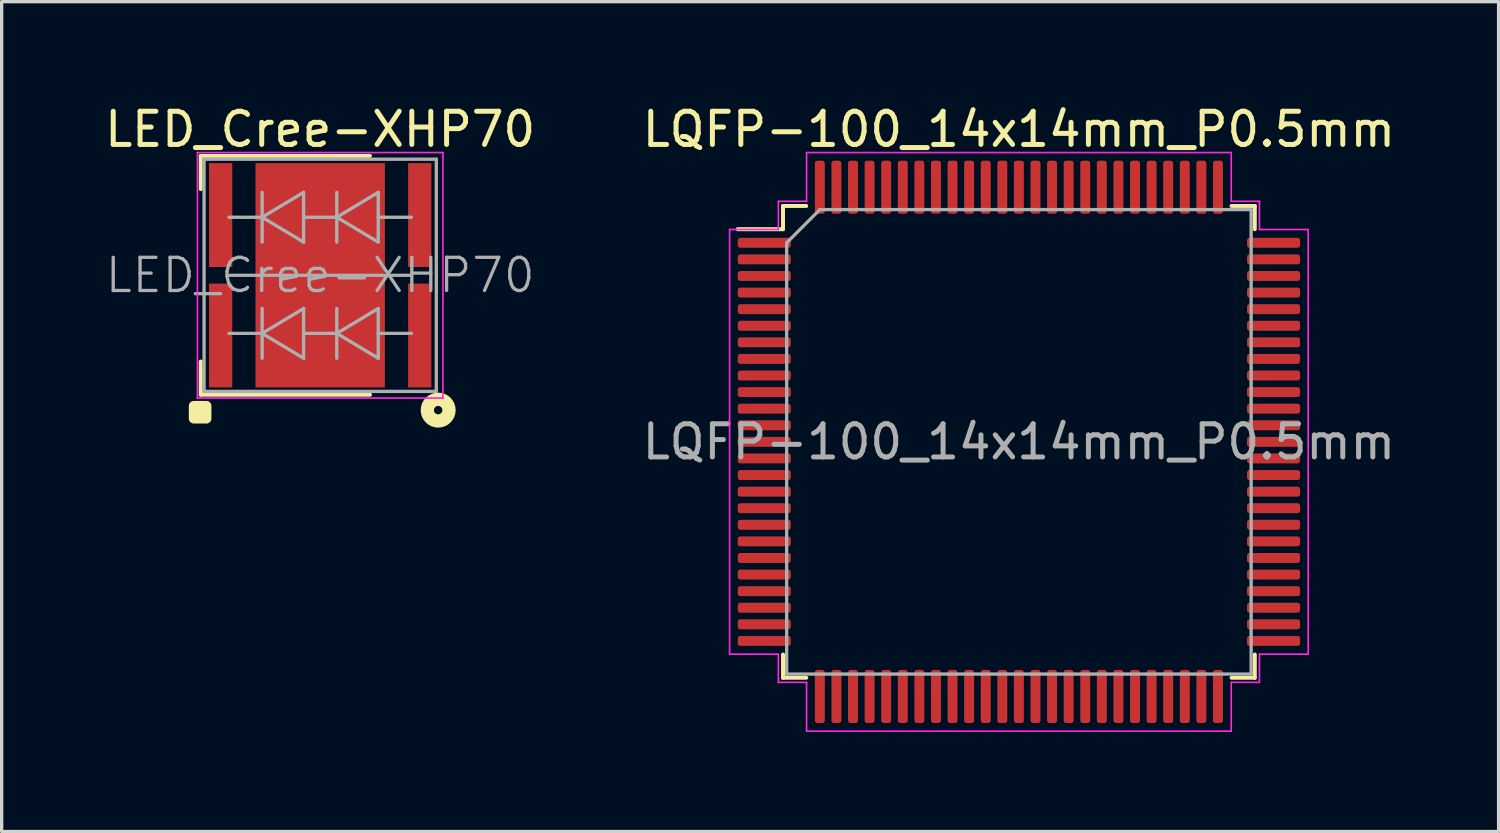
<source format=kicad_pcb>
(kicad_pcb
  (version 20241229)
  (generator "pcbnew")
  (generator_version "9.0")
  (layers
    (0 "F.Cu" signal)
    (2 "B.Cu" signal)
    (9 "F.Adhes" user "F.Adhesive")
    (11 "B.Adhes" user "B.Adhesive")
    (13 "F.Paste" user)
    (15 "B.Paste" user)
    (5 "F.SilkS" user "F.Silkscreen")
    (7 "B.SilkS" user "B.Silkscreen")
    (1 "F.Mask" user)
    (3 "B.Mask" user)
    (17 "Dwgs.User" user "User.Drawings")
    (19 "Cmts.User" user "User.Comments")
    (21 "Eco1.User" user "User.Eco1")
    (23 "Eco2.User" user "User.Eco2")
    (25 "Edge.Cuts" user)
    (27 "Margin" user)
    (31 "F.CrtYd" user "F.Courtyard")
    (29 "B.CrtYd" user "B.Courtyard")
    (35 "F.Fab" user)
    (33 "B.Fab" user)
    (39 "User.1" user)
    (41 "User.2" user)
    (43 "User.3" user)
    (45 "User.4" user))
  (footprint "LQFP-100_14x14mm_P0.5mm"
    (layer "F.Cu")
    (at 27.661 10.268)
    (property "Reference" "LQFP-100_14x14mm_P0.5mm" (at 0 -9.42 0) (layer "F.SilkS") (effects (font (size 1 1) (thickness 0.15))))
    (attr smd)
    (fp_line (start -7.11 -7.11) (end -7.11 -6.41) (stroke (width 0.12) (type solid)) (layer "F.SilkS"))
    (fp_line (start -7.11 -6.41) (end -8.475 -6.41) (stroke (width 0.12) (type solid)) (layer "F.SilkS"))
    (fp_line (start -7.11 7.11) (end -7.11 6.41) (stroke (width 0.12) (type solid)) (layer "F.SilkS"))
    (fp_line (start -6.41 -7.11) (end -7.11 -7.11) (stroke (width 0.12) (type solid)) (layer "F.SilkS"))
    (fp_line (start -6.41 7.11) (end -7.11 7.11) (stroke (width 0.12) (type solid)) (layer "F.SilkS"))
    (fp_line (start 6.41 -7.11) (end 7.11 -7.11) (stroke (width 0.12) (type solid)) (layer "F.SilkS"))
    (fp_line (start 6.41 7.11) (end 7.11 7.11) (stroke (width 0.12) (type solid)) (layer "F.SilkS"))
    (fp_line (start 7.11 -7.11) (end 7.11 -6.41) (stroke (width 0.12) (type solid)) (layer "F.SilkS"))
    (fp_line (start 7.11 7.11) (end 7.11 6.41) (stroke (width 0.12) (type solid)) (layer "F.SilkS"))
    (fp_line (start -8.72 -6.4) (end -8.72 0) (stroke (width 0.05) (type solid)) (layer "F.CrtYd"))
    (fp_line (start -8.72 6.4) (end -8.72 0) (stroke (width 0.05) (type solid)) (layer "F.CrtYd"))
    (fp_line (start -7.25 -7.25) (end -7.25 -6.4) (stroke (width 0.05) (type solid)) (layer "F.CrtYd"))
    (fp_line (start -7.25 -6.4) (end -8.72 -6.4) (stroke (width 0.05) (type solid)) (layer "F.CrtYd"))
    (fp_line (start -7.25 6.4) (end -8.72 6.4) (stroke (width 0.05) (type solid)) (layer "F.CrtYd"))
    (fp_line (start -7.25 7.25) (end -7.25 6.4) (stroke (width 0.05) (type solid)) (layer "F.CrtYd"))
    (fp_line (start -6.4 -8.72) (end -6.4 -7.25) (stroke (width 0.05) (type solid)) (layer "F.CrtYd"))
    (fp_line (start -6.4 -7.25) (end -7.25 -7.25) (stroke (width 0.05) (type solid)) (layer "F.CrtYd"))
    (fp_line (start -6.4 7.25) (end -7.25 7.25) (stroke (width 0.05) (type solid)) (layer "F.CrtYd"))
    (fp_line (start -6.4 8.72) (end -6.4 7.25) (stroke (width 0.05) (type solid)) (layer "F.CrtYd"))
    (fp_line (start 0 -8.72) (end -6.4 -8.72) (stroke (width 0.05) (type solid)) (layer "F.CrtYd"))
    (fp_line (start 0 -8.72) (end 6.4 -8.72) (stroke (width 0.05) (type solid)) (layer "F.CrtYd"))
    (fp_line (start 0 8.72) (end -6.4 8.72) (stroke (width 0.05) (type solid)) (layer "F.CrtYd"))
    (fp_line (start 0 8.72) (end 6.4 8.72) (stroke (width 0.05) (type solid)) (layer "F.CrtYd"))
    (fp_line (start 6.4 -8.72) (end 6.4 -7.25) (stroke (width 0.05) (type solid)) (layer "F.CrtYd"))
    (fp_line (start 6.4 -7.25) (end 7.25 -7.25) (stroke (width 0.05) (type solid)) (layer "F.CrtYd"))
    (fp_line (start 6.4 7.25) (end 7.25 7.25) (stroke (width 0.05) (type solid)) (layer "F.CrtYd"))
    (fp_line (start 6.4 8.72) (end 6.4 7.25) (stroke (width 0.05) (type solid)) (layer "F.CrtYd"))
    (fp_line (start 7.25 -7.25) (end 7.25 -6.4) (stroke (width 0.05) (type solid)) (layer "F.CrtYd"))
    (fp_line (start 7.25 -6.4) (end 8.72 -6.4) (stroke (width 0.05) (type solid)) (layer "F.CrtYd"))
    (fp_line (start 7.25 6.4) (end 8.72 6.4) (stroke (width 0.05) (type solid)) (layer "F.CrtYd"))
    (fp_line (start 7.25 7.25) (end 7.25 6.4) (stroke (width 0.05) (type solid)) (layer "F.CrtYd"))
    (fp_line (start 8.72 -6.4) (end 8.72 0) (stroke (width 0.05) (type solid)) (layer "F.CrtYd"))
    (fp_line (start 8.72 6.4) (end 8.72 0) (stroke (width 0.05) (type solid)) (layer "F.CrtYd"))
    (fp_line (start -7 -6) (end -6 -7) (stroke (width 0.1) (type solid)) (layer "F.Fab"))
    (fp_line (start -7 7) (end -7 -6) (stroke (width 0.1) (type solid)) (layer "F.Fab"))
    (fp_line (start -6 -7) (end 7 -7) (stroke (width 0.1) (type solid)) (layer "F.Fab"))
    (fp_line (start 7 -7) (end 7 7) (stroke (width 0.1) (type solid)) (layer "F.Fab"))
    (fp_line (start 7 7) (end -7 7) (stroke (width 0.1) (type solid)) (layer "F.Fab"))
    (fp_text user "${REFERENCE}" (at 0 0 0) (layer "F.Fab") (effects (font (size 1 1) (thickness 0.15))))
    (pad "1" smd roundrect (at -7.675 -6) (size 1.6 0.3) (layers "F.Cu" "F.Mask" "F.Paste") (roundrect_rratio 0.25))
    (pad "2" smd roundrect (at -7.675 -5.5) (size 1.6 0.3) (layers "F.Cu" "F.Mask" "F.Paste") (roundrect_rratio 0.25))
    (pad "3" smd roundrect (at -7.675 -5) (size 1.6 0.3) (layers "F.Cu" "F.Mask" "F.Paste") (roundrect_rratio 0.25))
    (pad "4" smd roundrect (at -7.675 -4.5) (size 1.6 0.3) (layers "F.Cu" "F.Mask" "F.Paste") (roundrect_rratio 0.25))
    (pad "5" smd roundrect (at -7.675 -4) (size 1.6 0.3) (layers "F.Cu" "F.Mask" "F.Paste") (roundrect_rratio 0.25))
    (pad "6" smd roundrect (at -7.675 -3.5) (size 1.6 0.3) (layers "F.Cu" "F.Mask" "F.Paste") (roundrect_rratio 0.25))
    (pad "7" smd roundrect (at -7.675 -3) (size 1.6 0.3) (layers "F.Cu" "F.Mask" "F.Paste") (roundrect_rratio 0.25))
    (pad "8" smd roundrect (at -7.675 -2.5) (size 1.6 0.3) (layers "F.Cu" "F.Mask" "F.Paste") (roundrect_rratio 0.25))
    (pad "9" smd roundrect (at -7.675 -2) (size 1.6 0.3) (layers "F.Cu" "F.Mask" "F.Paste") (roundrect_rratio 0.25))
    (pad "10" smd roundrect (at -7.675 -1.5) (size 1.6 0.3) (layers "F.Cu" "F.Mask" "F.Paste") (roundrect_rratio 0.25))
    (pad "11" smd roundrect (at -7.675 -1) (size 1.6 0.3) (layers "F.Cu" "F.Mask" "F.Paste") (roundrect_rratio 0.25))
    (pad "12" smd roundrect (at -7.675 -0.5) (size 1.6 0.3) (layers "F.Cu" "F.Mask" "F.Paste") (roundrect_rratio 0.25))
    (pad "13" smd roundrect (at -7.675 0) (size 1.6 0.3) (layers "F.Cu" "F.Mask" "F.Paste") (roundrect_rratio 0.25))
    (pad "14" smd roundrect (at -7.675 0.5) (size 1.6 0.3) (layers "F.Cu" "F.Mask" "F.Paste") (roundrect_rratio 0.25))
    (pad "15" smd roundrect (at -7.675 1) (size 1.6 0.3) (layers "F.Cu" "F.Mask" "F.Paste") (roundrect_rratio 0.25))
    (pad "16" smd roundrect (at -7.675 1.5) (size 1.6 0.3) (layers "F.Cu" "F.Mask" "F.Paste") (roundrect_rratio 0.25))
    (pad "17" smd roundrect (at -7.675 2) (size 1.6 0.3) (layers "F.Cu" "F.Mask" "F.Paste") (roundrect_rratio 0.25))
    (pad "18" smd roundrect (at -7.675 2.5) (size 1.6 0.3) (layers "F.Cu" "F.Mask" "F.Paste") (roundrect_rratio 0.25))
    (pad "19" smd roundrect (at -7.675 3) (size 1.6 0.3) (layers "F.Cu" "F.Mask" "F.Paste") (roundrect_rratio 0.25))
    (pad "20" smd roundrect (at -7.675 3.5) (size 1.6 0.3) (layers "F.Cu" "F.Mask" "F.Paste") (roundrect_rratio 0.25))
    (pad "21" smd roundrect (at -7.675 4) (size 1.6 0.3) (layers "F.Cu" "F.Mask" "F.Paste") (roundrect_rratio 0.25))
    (pad "22" smd roundrect (at -7.675 4.5) (size 1.6 0.3) (layers "F.Cu" "F.Mask" "F.Paste") (roundrect_rratio 0.25))
    (pad "23" smd roundrect (at -7.675 5) (size 1.6 0.3) (layers "F.Cu" "F.Mask" "F.Paste") (roundrect_rratio 0.25))
    (pad "24" smd roundrect (at -7.675 5.5) (size 1.6 0.3) (layers "F.Cu" "F.Mask" "F.Paste") (roundrect_rratio 0.25))
    (pad "25" smd roundrect (at -7.675 6) (size 1.6 0.3) (layers "F.Cu" "F.Mask" "F.Paste") (roundrect_rratio 0.25))
    (pad "26" smd roundrect (at -6 7.675) (size 0.3 1.6) (layers "F.Cu" "F.Mask" "F.Paste") (roundrect_rratio 0.25))
    (pad "27" smd roundrect (at -5.5 7.675) (size 0.3 1.6) (layers "F.Cu" "F.Mask" "F.Paste") (roundrect_rratio 0.25))
    (pad "28" smd roundrect (at -5 7.675) (size 0.3 1.6) (layers "F.Cu" "F.Mask" "F.Paste") (roundrect_rratio 0.25))
    (pad "29" smd roundrect (at -4.5 7.675) (size 0.3 1.6) (layers "F.Cu" "F.Mask" "F.Paste") (roundrect_rratio 0.25))
    (pad "30" smd roundrect (at -4 7.675) (size 0.3 1.6) (layers "F.Cu" "F.Mask" "F.Paste") (roundrect_rratio 0.25))
    (pad "31" smd roundrect (at -3.5 7.675) (size 0.3 1.6) (layers "F.Cu" "F.Mask" "F.Paste") (roundrect_rratio 0.25))
    (pad "32" smd roundrect (at -3 7.675) (size 0.3 1.6) (layers "F.Cu" "F.Mask" "F.Paste") (roundrect_rratio 0.25))
    (pad "33" smd roundrect (at -2.5 7.675) (size 0.3 1.6) (layers "F.Cu" "F.Mask" "F.Paste") (roundrect_rratio 0.25))
    (pad "34" smd roundrect (at -2 7.675) (size 0.3 1.6) (layers "F.Cu" "F.Mask" "F.Paste") (roundrect_rratio 0.25))
    (pad "35" smd roundrect (at -1.5 7.675) (size 0.3 1.6) (layers "F.Cu" "F.Mask" "F.Paste") (roundrect_rratio 0.25))
    (pad "36" smd roundrect (at -1 7.675) (size 0.3 1.6) (layers "F.Cu" "F.Mask" "F.Paste") (roundrect_rratio 0.25))
    (pad "37" smd roundrect (at -0.5 7.675) (size 0.3 1.6) (layers "F.Cu" "F.Mask" "F.Paste") (roundrect_rratio 0.25))
    (pad "38" smd roundrect (at 0 7.675) (size 0.3 1.6) (layers "F.Cu" "F.Mask" "F.Paste") (roundrect_rratio 0.25))
    (pad "39" smd roundrect (at 0.5 7.675) (size 0.3 1.6) (layers "F.Cu" "F.Mask" "F.Paste") (roundrect_rratio 0.25))
    (pad "40" smd roundrect (at 1 7.675) (size 0.3 1.6) (layers "F.Cu" "F.Mask" "F.Paste") (roundrect_rratio 0.25))
    (pad "41" smd roundrect (at 1.5 7.675) (size 0.3 1.6) (layers "F.Cu" "F.Mask" "F.Paste") (roundrect_rratio 0.25))
    (pad "42" smd roundrect (at 2 7.675) (size 0.3 1.6) (layers "F.Cu" "F.Mask" "F.Paste") (roundrect_rratio 0.25))
    (pad "43" smd roundrect (at 2.5 7.675) (size 0.3 1.6) (layers "F.Cu" "F.Mask" "F.Paste") (roundrect_rratio 0.25))
    (pad "44" smd roundrect (at 3 7.675) (size 0.3 1.6) (layers "F.Cu" "F.Mask" "F.Paste") (roundrect_rratio 0.25))
    (pad "45" smd roundrect (at 3.5 7.675) (size 0.3 1.6) (layers "F.Cu" "F.Mask" "F.Paste") (roundrect_rratio 0.25))
    (pad "46" smd roundrect (at 4 7.675) (size 0.3 1.6) (layers "F.Cu" "F.Mask" "F.Paste") (roundrect_rratio 0.25))
    (pad "47" smd roundrect (at 4.5 7.675) (size 0.3 1.6) (layers "F.Cu" "F.Mask" "F.Paste") (roundrect_rratio 0.25))
    (pad "48" smd roundrect (at 5 7.675) (size 0.3 1.6) (layers "F.Cu" "F.Mask" "F.Paste") (roundrect_rratio 0.25))
    (pad "49" smd roundrect (at 5.5 7.675) (size 0.3 1.6) (layers "F.Cu" "F.Mask" "F.Paste") (roundrect_rratio 0.25))
    (pad "50" smd roundrect (at 6 7.675) (size 0.3 1.6) (layers "F.Cu" "F.Mask" "F.Paste") (roundrect_rratio 0.25))
    (pad "51" smd roundrect (at 7.675 6) (size 1.6 0.3) (layers "F.Cu" "F.Mask" "F.Paste") (roundrect_rratio 0.25))
    (pad "52" smd roundrect (at 7.675 5.5) (size 1.6 0.3) (layers "F.Cu" "F.Mask" "F.Paste") (roundrect_rratio 0.25))
    (pad "53" smd roundrect (at 7.675 5) (size 1.6 0.3) (layers "F.Cu" "F.Mask" "F.Paste") (roundrect_rratio 0.25))
    (pad "54" smd roundrect (at 7.675 4.5) (size 1.6 0.3) (layers "F.Cu" "F.Mask" "F.Paste") (roundrect_rratio 0.25))
    (pad "55" smd roundrect (at 7.675 4) (size 1.6 0.3) (layers "F.Cu" "F.Mask" "F.Paste") (roundrect_rratio 0.25))
    (pad "56" smd roundrect (at 7.675 3.5) (size 1.6 0.3) (layers "F.Cu" "F.Mask" "F.Paste") (roundrect_rratio 0.25))
    (pad "57" smd roundrect (at 7.675 3) (size 1.6 0.3) (layers "F.Cu" "F.Mask" "F.Paste") (roundrect_rratio 0.25))
    (pad "58" smd roundrect (at 7.675 2.5) (size 1.6 0.3) (layers "F.Cu" "F.Mask" "F.Paste") (roundrect_rratio 0.25))
    (pad "59" smd roundrect (at 7.675 2) (size 1.6 0.3) (layers "F.Cu" "F.Mask" "F.Paste") (roundrect_rratio 0.25))
    (pad "60" smd roundrect (at 7.675 1.5) (size 1.6 0.3) (layers "F.Cu" "F.Mask" "F.Paste") (roundrect_rratio 0.25))
    (pad "61" smd roundrect (at 7.675 1) (size 1.6 0.3) (layers "F.Cu" "F.Mask" "F.Paste") (roundrect_rratio 0.25))
    (pad "62" smd roundrect (at 7.675 0.5) (size 1.6 0.3) (layers "F.Cu" "F.Mask" "F.Paste") (roundrect_rratio 0.25))
    (pad "63" smd roundrect (at 7.675 0) (size 1.6 0.3) (layers "F.Cu" "F.Mask" "F.Paste") (roundrect_rratio 0.25))
    (pad "64" smd roundrect (at 7.675 -0.5) (size 1.6 0.3) (layers "F.Cu" "F.Mask" "F.Paste") (roundrect_rratio 0.25))
    (pad "65" smd roundrect (at 7.675 -1) (size 1.6 0.3) (layers "F.Cu" "F.Mask" "F.Paste") (roundrect_rratio 0.25))
    (pad "66" smd roundrect (at 7.675 -1.5) (size 1.6 0.3) (layers "F.Cu" "F.Mask" "F.Paste") (roundrect_rratio 0.25))
    (pad "67" smd roundrect (at 7.675 -2) (size 1.6 0.3) (layers "F.Cu" "F.Mask" "F.Paste") (roundrect_rratio 0.25))
    (pad "68" smd roundrect (at 7.675 -2.5) (size 1.6 0.3) (layers "F.Cu" "F.Mask" "F.Paste") (roundrect_rratio 0.25))
    (pad "69" smd roundrect (at 7.675 -3) (size 1.6 0.3) (layers "F.Cu" "F.Mask" "F.Paste") (roundrect_rratio 0.25))
    (pad "70" smd roundrect (at 7.675 -3.5) (size 1.6 0.3) (layers "F.Cu" "F.Mask" "F.Paste") (roundrect_rratio 0.25))
    (pad "71" smd roundrect (at 7.675 -4) (size 1.6 0.3) (layers "F.Cu" "F.Mask" "F.Paste") (roundrect_rratio 0.25))
    (pad "72" smd roundrect (at 7.675 -4.5) (size 1.6 0.3) (layers "F.Cu" "F.Mask" "F.Paste") (roundrect_rratio 0.25))
    (pad "73" smd roundrect (at 7.675 -5) (size 1.6 0.3) (layers "F.Cu" "F.Mask" "F.Paste") (roundrect_rratio 0.25))
    (pad "74" smd roundrect (at 7.675 -5.5) (size 1.6 0.3) (layers "F.Cu" "F.Mask" "F.Paste") (roundrect_rratio 0.25))
    (pad "75" smd roundrect (at 7.675 -6) (size 1.6 0.3) (layers "F.Cu" "F.Mask" "F.Paste") (roundrect_rratio 0.25))
    (pad "76" smd roundrect (at 6 -7.675) (size 0.3 1.6) (layers "F.Cu" "F.Mask" "F.Paste") (roundrect_rratio 0.25))
    (pad "77" smd roundrect (at 5.5 -7.675) (size 0.3 1.6) (layers "F.Cu" "F.Mask" "F.Paste") (roundrect_rratio 0.25))
    (pad "78" smd roundrect (at 5 -7.675) (size 0.3 1.6) (layers "F.Cu" "F.Mask" "F.Paste") (roundrect_rratio 0.25))
    (pad "79" smd roundrect (at 4.5 -7.675) (size 0.3 1.6) (layers "F.Cu" "F.Mask" "F.Paste") (roundrect_rratio 0.25))
    (pad "80" smd roundrect (at 4 -7.675) (size 0.3 1.6) (layers "F.Cu" "F.Mask" "F.Paste") (roundrect_rratio 0.25))
    (pad "81" smd roundrect (at 3.5 -7.675) (size 0.3 1.6) (layers "F.Cu" "F.Mask" "F.Paste") (roundrect_rratio 0.25))
    (pad "82" smd roundrect (at 3 -7.675) (size 0.3 1.6) (layers "F.Cu" "F.Mask" "F.Paste") (roundrect_rratio 0.25))
    (pad "83" smd roundrect (at 2.5 -7.675) (size 0.3 1.6) (layers "F.Cu" "F.Mask" "F.Paste") (roundrect_rratio 0.25))
    (pad "84" smd roundrect (at 2 -7.675) (size 0.3 1.6) (layers "F.Cu" "F.Mask" "F.Paste") (roundrect_rratio 0.25))
    (pad "85" smd roundrect (at 1.5 -7.675) (size 0.3 1.6) (layers "F.Cu" "F.Mask" "F.Paste") (roundrect_rratio 0.25))
    (pad "86" smd roundrect (at 1 -7.675) (size 0.3 1.6) (layers "F.Cu" "F.Mask" "F.Paste") (roundrect_rratio 0.25))
    (pad "87" smd roundrect (at 0.5 -7.675) (size 0.3 1.6) (layers "F.Cu" "F.Mask" "F.Paste") (roundrect_rratio 0.25))
    (pad "88" smd roundrect (at 0 -7.675) (size 0.3 1.6) (layers "F.Cu" "F.Mask" "F.Paste") (roundrect_rratio 0.25))
    (pad "89" smd roundrect (at -0.5 -7.675) (size 0.3 1.6) (layers "F.Cu" "F.Mask" "F.Paste") (roundrect_rratio 0.25))
    (pad "90" smd roundrect (at -1 -7.675) (size 0.3 1.6) (layers "F.Cu" "F.Mask" "F.Paste") (roundrect_rratio 0.25))
    (pad "91" smd roundrect (at -1.5 -7.675) (size 0.3 1.6) (layers "F.Cu" "F.Mask" "F.Paste") (roundrect_rratio 0.25))
    (pad "92" smd roundrect (at -2 -7.675) (size 0.3 1.6) (layers "F.Cu" "F.Mask" "F.Paste") (roundrect_rratio 0.25))
    (pad "93" smd roundrect (at -2.5 -7.675) (size 0.3 1.6) (layers "F.Cu" "F.Mask" "F.Paste") (roundrect_rratio 0.25))
    (pad "94" smd roundrect (at -3 -7.675) (size 0.3 1.6) (layers "F.Cu" "F.Mask" "F.Paste") (roundrect_rratio 0.25))
    (pad "95" smd roundrect (at -3.5 -7.675) (size 0.3 1.6) (layers "F.Cu" "F.Mask" "F.Paste") (roundrect_rratio 0.25))
    (pad "96" smd roundrect (at -4 -7.675) (size 0.3 1.6) (layers "F.Cu" "F.Mask" "F.Paste") (roundrect_rratio 0.25))
    (pad "97" smd roundrect (at -4.5 -7.675) (size 0.3 1.6) (layers "F.Cu" "F.Mask" "F.Paste") (roundrect_rratio 0.25))
    (pad "98" smd roundrect (at -5 -7.675) (size 0.3 1.6) (layers "F.Cu" "F.Mask" "F.Paste") (roundrect_rratio 0.25))
    (pad "99" smd roundrect (at -5.5 -7.675) (size 0.3 1.6) (layers "F.Cu" "F.Mask" "F.Paste") (roundrect_rratio 0.25))
    (pad "100" smd roundrect (at -6 -7.675) (size 0.3 1.6) (layers "F.Cu" "F.Mask" "F.Paste") (roundrect_rratio 0.25)))
  (footprint "LED_Cree-XHP70"
    (layer "F.Cu")
    (at 6.601 5.248)
    (property "Reference" "LED_Cree-XHP70" (at 0 -4.4 0) (layer "F.SilkS") (effects (font (size 1 1) (thickness 0.15))))
    (attr smd)
    (fp_line (start -3.6 -3.6) (end -3.6 -2.6) (stroke (width 0.12) (type solid)) (layer "F.SilkS"))
    (fp_line (start -3.6 3.6) (end -3.6 2.6) (stroke (width 0.12) (type solid)) (layer "F.SilkS"))
    (fp_line (start 1.5 -3.6) (end -3.6 -3.6) (stroke (width 0.12) (type solid)) (layer "F.SilkS"))
    (fp_line (start 1.5 3.6) (end -3.6 3.6) (stroke (width 0.12) (type solid)) (layer "F.SilkS"))
    (fp_circle (center 3.556 4.064) (end 3.683 4.064) (stroke (width 0.4) (type solid)) (fill no) (layer "F.SilkS"))
    (fp_poly (pts (xy -3.81 3.937) (xy -3.81 4.318) (xy -3.429 4.318) (xy -3.429 3.937) (xy -3.683 3.937)) (stroke (width 0.3) (type solid)) (fill yes) (layer "F.SilkS"))
    (fp_line (start -3.7 -3.7) (end -3.7 3.7) (stroke (width 0.05) (type solid)) (layer "F.CrtYd"))
    (fp_line (start -3.7 3.7) (end 3.7 3.7) (stroke (width 0.05) (type solid)) (layer "F.CrtYd"))
    (fp_line (start 3.7 -3.7) (end -3.7 -3.7) (stroke (width 0.05) (type solid)) (layer "F.CrtYd"))
    (fp_line (start 3.7 3.7) (end 3.7 -3.7) (stroke (width 0.05) (type solid)) (layer "F.CrtYd"))
    (fp_line (start -3.5 -3.5) (end -3.5 3.5) (stroke (width 0.1) (type solid)) (layer "F.Fab"))
    (fp_line (start -3.5 3.5) (end 3.5 3.5) (stroke (width 0.1) (type solid)) (layer "F.Fab"))
    (fp_line (start -2.75 -1.75) (end -1.75 -1.75) (stroke (width 0.1) (type solid)) (layer "F.Fab"))
    (fp_line (start -2.75 0) (end 2.75 0) (stroke (width 0.1) (type solid)) (layer "F.Fab"))
    (fp_line (start -2.75 1.75) (end -1.75 1.75) (stroke (width 0.1) (type solid)) (layer "F.Fab"))
    (fp_line (start -1.75 -1.75) (end -1.75 -2.5) (stroke (width 0.1) (type solid)) (layer "F.Fab"))
    (fp_line (start -1.75 -1.75) (end -1.75 -1) (stroke (width 0.1) (type solid)) (layer "F.Fab"))
    (fp_line (start -1.75 -1.75) (end -0.5 -1) (stroke (width 0.1) (type solid)) (layer "F.Fab"))
    (fp_line (start -1.75 1.75) (end -1.75 1) (stroke (width 0.1) (type solid)) (layer "F.Fab"))
    (fp_line (start -1.75 1.75) (end -1.75 2.5) (stroke (width 0.1) (type solid)) (layer "F.Fab"))
    (fp_line (start -1.75 1.75) (end -0.5 2.5) (stroke (width 0.1) (type solid)) (layer "F.Fab"))
    (fp_line (start -0.5 -2.5) (end -1.75 -1.75) (stroke (width 0.1) (type solid)) (layer "F.Fab"))
    (fp_line (start -0.5 -1.75) (end 0.5 -1.75) (stroke (width 0.1) (type solid)) (layer "F.Fab"))
    (fp_line (start -0.5 -1) (end -0.5 -2.5) (stroke (width 0.1) (type solid)) (layer "F.Fab"))
    (fp_line (start -0.5 1) (end -1.75 1.75) (stroke (width 0.1) (type solid)) (layer "F.Fab"))
    (fp_line (start -0.5 1.75) (end 0.5 1.75) (stroke (width 0.1) (type solid)) (layer "F.Fab"))
    (fp_line (start -0.5 2.5) (end -0.5 1) (stroke (width 0.1) (type solid)) (layer "F.Fab"))
    (fp_line (start 0.5 -2.5) (end 0.5 -1) (stroke (width 0.1) (type solid)) (layer "F.Fab"))
    (fp_line (start 0.5 -1.75) (end 1.75 -2.5) (stroke (width 0.1) (type solid)) (layer "F.Fab"))
    (fp_line (start 0.5 1) (end 0.5 2.5) (stroke (width 0.1) (type solid)) (layer "F.Fab"))
    (fp_line (start 0.5 1.75) (end 1.75 1) (stroke (width 0.1) (type solid)) (layer "F.Fab"))
    (fp_line (start 1.75 -1.75) (end 1.75 -2.5) (stroke (width 0.1) (type solid)) (layer "F.Fab"))
    (fp_line (start 1.75 -1.75) (end 1.75 -1) (stroke (width 0.1) (type solid)) (layer "F.Fab"))
    (fp_line (start 1.75 -1) (end 0.5 -1.75) (stroke (width 0.1) (type solid)) (layer "F.Fab"))
    (fp_line (start 1.75 1.75) (end 1.75 1) (stroke (width 0.1) (type solid)) (layer "F.Fab"))
    (fp_line (start 1.75 1.75) (end 1.75 2.5) (stroke (width 0.1) (type solid)) (layer "F.Fab"))
    (fp_line (start 1.75 2.5) (end 0.5 1.75) (stroke (width 0.1) (type solid)) (layer "F.Fab"))
    (fp_line (start 2.75 -1.75) (end 1.75 -1.75) (stroke (width 0.1) (type solid)) (layer "F.Fab"))
    (fp_line (start 2.75 1.75) (end 1.75 1.75) (stroke (width 0.1) (type solid)) (layer "F.Fab"))
    (fp_line (start 3.5 -3.5) (end -3.5 -3.5) (stroke (width 0.1) (type solid)) (layer "F.Fab"))
    (fp_line (start 3.5 3.5) (end 3.5 -3.5) (stroke (width 0.1) (type solid)) (layer "F.Fab"))
    (fp_text user "${REFERENCE}" (at 0 0 0) (layer "F.Fab") (effects (font (size 1 1) (thickness 0.1))))
    (pad "" smd rect (at -0.77 -2.31) (size 1.29 1.29) (layers "F.Paste"))
    (pad "" smd rect (at -0.77 -0.77) (size 1.29 1.29) (layers "F.Paste"))
    (pad "" smd rect (at -0.77 0.77) (size 1.29 1.29) (layers "F.Paste"))
    (pad "" smd rect (at -0.77 2.31) (size 1.29 1.29) (layers "F.Paste"))
    (pad "" smd rect (at 0.77 -2.31) (size 1.29 1.29) (layers "F.Paste"))
    (pad "" smd rect (at 0.77 -0.77) (size 1.29 1.29) (layers "F.Paste"))
    (pad "" smd rect (at 0.77 0.77) (size 1.29 1.29) (layers "F.Paste"))
    (pad "" smd rect (at 0.77 2.31) (size 1.29 1.29) (layers "F.Paste"))
    (pad "1" smd rect (at -3 -1.815) (size 0.7 3.13) (layers "F.Cu" "F.Mask" "F.Paste"))
    (pad "2" smd rect (at -3 1.815) (size 0.7 3.13) (layers "F.Cu" "F.Mask" "F.Paste"))
    (pad "3" smd rect (at 3 1.815) (size 0.7 3.13) (layers "F.Cu" "F.Mask" "B.Paste"))
    (pad "4" smd rect (at 3 -1.815) (size 0.7 3.13) (layers "F.Cu" "F.Mask" "F.Paste"))
    (pad "5" smd rect (at 0 0) (size 3.9 6.76) (layers "F.Cu" "F.Mask")))
  (gr_rect
    (start -3 -3)
    (end 42.119 22.013)
    (stroke (width 0.1) (type default))
    (fill no)
    (layer "Edge.Cuts")))
</source>
